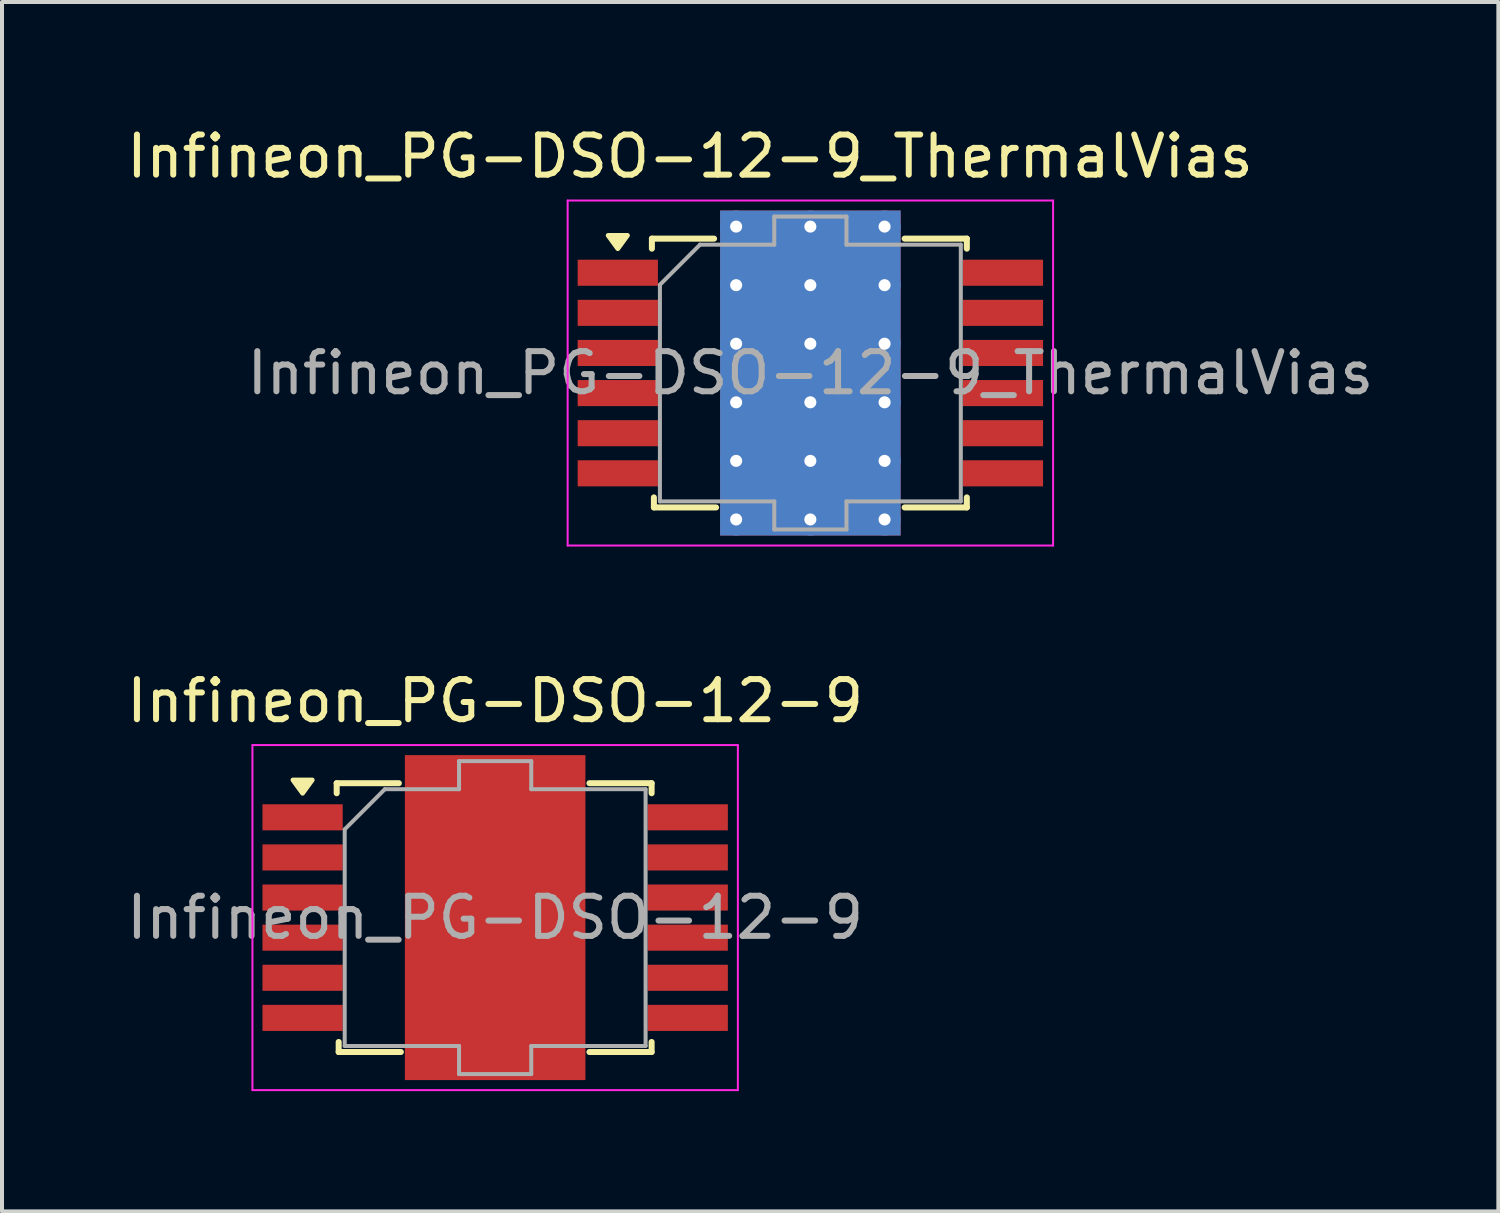
<source format=kicad_pcb>
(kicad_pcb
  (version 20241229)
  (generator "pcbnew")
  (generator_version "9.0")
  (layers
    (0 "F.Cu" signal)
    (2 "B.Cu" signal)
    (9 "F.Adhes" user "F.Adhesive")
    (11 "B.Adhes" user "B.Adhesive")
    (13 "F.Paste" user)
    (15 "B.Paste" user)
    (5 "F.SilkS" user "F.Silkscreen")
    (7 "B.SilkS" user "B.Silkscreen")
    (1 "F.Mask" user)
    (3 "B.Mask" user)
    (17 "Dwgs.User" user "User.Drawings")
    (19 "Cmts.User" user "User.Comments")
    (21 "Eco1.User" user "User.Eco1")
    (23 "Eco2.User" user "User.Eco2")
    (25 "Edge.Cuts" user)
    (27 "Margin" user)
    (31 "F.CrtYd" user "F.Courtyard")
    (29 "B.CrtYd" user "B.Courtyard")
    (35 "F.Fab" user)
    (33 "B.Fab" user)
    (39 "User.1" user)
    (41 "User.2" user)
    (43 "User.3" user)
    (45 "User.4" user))
  (footprint "Infineon_PG-DSO-12-9"
    (layer "F.Cu")
    (at 9.292 19.822)
    (property "Reference" "Infineon_PG-DSO-12-9" (at 0 -5.4 0) (layer "F.SilkS") (effects (font (size 1 1) (thickness 0.15))))
    (attr smd)
    (fp_line (start -3.95 -3.35) (end -2.4 -3.35) (stroke (width 0.15) (type solid)) (layer "F.SilkS"))
    (fp_line (start -3.95 -3.1) (end -3.95 -3.35) (stroke (width 0.15) (type solid)) (layer "F.SilkS"))
    (fp_line (start -3.9 3.1) (end -3.9 3.35) (stroke (width 0.15) (type solid)) (layer "F.SilkS"))
    (fp_line (start -3.9 3.35) (end -2.35 3.35) (stroke (width 0.15) (type solid)) (layer "F.SilkS"))
    (fp_line (start 3.9 -3.35) (end 2.35 -3.35) (stroke (width 0.15) (type solid)) (layer "F.SilkS"))
    (fp_line (start 3.9 -3.1) (end 3.9 -3.35) (stroke (width 0.15) (type solid)) (layer "F.SilkS"))
    (fp_line (start 3.9 3.1) (end 3.9 3.35) (stroke (width 0.15) (type solid)) (layer "F.SilkS"))
    (fp_line (start 3.9 3.35) (end 2.35 3.35) (stroke (width 0.15) (type solid)) (layer "F.SilkS"))
    (fp_poly (pts (xy -4.8 -3.1) (xy -5.04 -3.43) (xy -4.56 -3.43) (xy -4.8 -3.1)) (stroke (width 0.12) (type solid)) (fill yes) (layer "F.SilkS"))
    (fp_line (start -6.05 -4.3) (end 6.05 -4.3) (stroke (width 0.05) (type solid)) (layer "F.CrtYd"))
    (fp_line (start -6.05 4.3) (end -6.05 -4.3) (stroke (width 0.05) (type solid)) (layer "F.CrtYd"))
    (fp_line (start 6.05 -4.3) (end 6.05 4.3) (stroke (width 0.05) (type solid)) (layer "F.CrtYd"))
    (fp_line (start 6.05 4.3) (end -6.05 4.3) (stroke (width 0.05) (type solid)) (layer "F.CrtYd"))
    (fp_line (start -3.75 3.2) (end -3.75 -2.2) (stroke (width 0.1) (type solid)) (layer "F.Fab"))
    (fp_line (start -2.75 -3.2) (end -3.75 -2.2) (stroke (width 0.1) (type solid)) (layer "F.Fab"))
    (fp_line (start -2.75 -3.2) (end -0.9 -3.2) (stroke (width 0.1) (type solid)) (layer "F.Fab"))
    (fp_line (start -0.9 -3.9) (end 0.9 -3.9) (stroke (width 0.1) (type solid)) (layer "F.Fab"))
    (fp_line (start -0.9 -3.2) (end -0.9 -3.9) (stroke (width 0.1) (type solid)) (layer "F.Fab"))
    (fp_line (start -0.9 3.2) (end -3.75 3.2) (stroke (width 0.1) (type solid)) (layer "F.Fab"))
    (fp_line (start -0.9 3.9) (end -0.9 3.2) (stroke (width 0.1) (type solid)) (layer "F.Fab"))
    (fp_line (start 0.9 -3.9) (end 0.9 -3.2) (stroke (width 0.1) (type solid)) (layer "F.Fab"))
    (fp_line (start 0.9 -3.2) (end 3.75 -3.2) (stroke (width 0.1) (type solid)) (layer "F.Fab"))
    (fp_line (start 0.9 3.2) (end 0.9 3.9) (stroke (width 0.1) (type solid)) (layer "F.Fab"))
    (fp_line (start 0.9 3.9) (end -0.9 3.9) (stroke (width 0.1) (type solid)) (layer "F.Fab"))
    (fp_line (start 3.75 -3.2) (end 3.75 3.2) (stroke (width 0.1) (type solid)) (layer "F.Fab"))
    (fp_line (start 3.75 3.2) (end 0.9 3.2) (stroke (width 0.1) (type solid)) (layer "F.Fab"))
    (fp_text user "${REFERENCE}" (at 0 0 0) (layer "F.Fab") (effects (font (size 1 1) (thickness 0.15))))
    (pad "" smd rect (at -1.125 -2.92) (size 1.95 1.16) (layers "F.Paste"))
    (pad "" smd rect (at -1.125 -1.46) (size 1.95 1.16) (layers "F.Paste"))
    (pad "" smd rect (at -1.125 0) (size 1.95 1.16) (layers "F.Paste"))
    (pad "" smd rect (at -1.125 1.46) (size 1.95 1.16) (layers "F.Paste"))
    (pad "" smd rect (at -1.125 2.92) (size 1.95 1.16) (layers "F.Paste"))
    (pad "" smd rect (at 1.125 -2.92) (size 1.95 1.16) (layers "F.Paste"))
    (pad "" smd rect (at 1.125 -1.46) (size 1.95 1.16) (layers "F.Paste"))
    (pad "" smd rect (at 1.125 0) (size 1.95 1.16) (layers "F.Paste"))
    (pad "" smd rect (at 1.125 1.46) (size 1.95 1.16) (layers "F.Paste"))
    (pad "" smd rect (at 1.125 2.92) (size 1.95 1.16) (layers "F.Paste"))
    (pad "1" smd rect (at -4.8 -2.5) (size 2 0.65) (layers "F.Cu" "F.Mask" "F.Paste"))
    (pad "2" smd rect (at -4.8 -1.5) (size 2 0.65) (layers "F.Cu" "F.Mask" "F.Paste"))
    (pad "3" smd rect (at -4.8 -0.5) (size 2 0.65) (layers "F.Cu" "F.Mask" "F.Paste"))
    (pad "4" smd rect (at -4.8 0.5) (size 2 0.65) (layers "F.Cu" "F.Mask" "F.Paste"))
    (pad "5" smd rect (at -4.8 1.5) (size 2 0.65) (layers "F.Cu" "F.Mask" "F.Paste"))
    (pad "6" smd rect (at -4.8 2.5) (size 2 0.65) (layers "F.Cu" "F.Mask" "F.Paste"))
    (pad "7" smd rect (at 4.8 2.5) (size 2 0.65) (layers "F.Cu" "F.Mask" "F.Paste"))
    (pad "8" smd rect (at 4.8 1.5) (size 2 0.65) (layers "F.Cu" "F.Mask" "F.Paste"))
    (pad "9" smd rect (at 4.8 0.5) (size 2 0.65) (layers "F.Cu" "F.Mask" "F.Paste"))
    (pad "10" smd rect (at 4.8 -0.5) (size 2 0.65) (layers "F.Cu" "F.Mask" "F.Paste"))
    (pad "11" smd rect (at 4.8 -1.5) (size 2 0.65) (layers "F.Cu" "F.Mask" "F.Paste"))
    (pad "12" smd rect (at 4.8 -2.5) (size 2 0.65) (layers "F.Cu" "F.Mask" "F.Paste"))
    (pad "13" smd rect (at 0 0) (size 4.5 8.1) (layers "F.Cu" "F.Mask")))
  (footprint "Infineon_PG-DSO-12-9_ThermalVias"
    (layer "F.Cu")
    (at 17.149 6.248)
    (property "Reference" "Infineon_PG-DSO-12-9_ThermalVias" (at -3 -5.4 0) (layer "F.SilkS") (effects (font (size 1 1) (thickness 0.15))))
    (attr smd)
    (fp_line (start -3.95 -3.35) (end -2.4 -3.35) (stroke (width 0.15) (type solid)) (layer "F.SilkS"))
    (fp_line (start -3.95 -3.1) (end -3.95 -3.35) (stroke (width 0.15) (type solid)) (layer "F.SilkS"))
    (fp_line (start -3.9 3.1) (end -3.9 3.35) (stroke (width 0.15) (type solid)) (layer "F.SilkS"))
    (fp_line (start -3.9 3.35) (end -2.35 3.35) (stroke (width 0.15) (type solid)) (layer "F.SilkS"))
    (fp_line (start 3.9 -3.35) (end 2.35 -3.35) (stroke (width 0.15) (type solid)) (layer "F.SilkS"))
    (fp_line (start 3.9 -3.1) (end 3.9 -3.35) (stroke (width 0.15) (type solid)) (layer "F.SilkS"))
    (fp_line (start 3.9 3.1) (end 3.9 3.35) (stroke (width 0.15) (type solid)) (layer "F.SilkS"))
    (fp_line (start 3.9 3.35) (end 2.35 3.35) (stroke (width 0.15) (type solid)) (layer "F.SilkS"))
    (fp_poly (pts (xy -4.8 -3.1) (xy -5.04 -3.43) (xy -4.56 -3.43) (xy -4.8 -3.1)) (stroke (width 0.12) (type solid)) (fill yes) (layer "F.SilkS"))
    (fp_line (start -6.05 -4.3) (end 6.05 -4.3) (stroke (width 0.05) (type solid)) (layer "F.CrtYd"))
    (fp_line (start -6.05 4.3) (end -6.05 -4.3) (stroke (width 0.05) (type solid)) (layer "F.CrtYd"))
    (fp_line (start 6.05 -4.3) (end 6.05 4.3) (stroke (width 0.05) (type solid)) (layer "F.CrtYd"))
    (fp_line (start 6.05 4.3) (end -6.05 4.3) (stroke (width 0.05) (type solid)) (layer "F.CrtYd"))
    (fp_line (start -3.75 3.2) (end -3.75 -2.2) (stroke (width 0.1) (type solid)) (layer "F.Fab"))
    (fp_line (start -2.75 -3.2) (end -3.75 -2.2) (stroke (width 0.1) (type solid)) (layer "F.Fab"))
    (fp_line (start -2.75 -3.2) (end -0.9 -3.2) (stroke (width 0.1) (type solid)) (layer "F.Fab"))
    (fp_line (start -0.9 -3.9) (end 0.9 -3.9) (stroke (width 0.1) (type solid)) (layer "F.Fab"))
    (fp_line (start -0.9 -3.2) (end -0.9 -3.9) (stroke (width 0.1) (type solid)) (layer "F.Fab"))
    (fp_line (start -0.9 3.2) (end -3.75 3.2) (stroke (width 0.1) (type solid)) (layer "F.Fab"))
    (fp_line (start -0.9 3.9) (end -0.9 3.2) (stroke (width 0.1) (type solid)) (layer "F.Fab"))
    (fp_line (start 0.9 -3.9) (end 0.9 -3.2) (stroke (width 0.1) (type solid)) (layer "F.Fab"))
    (fp_line (start 0.9 -3.2) (end 3.75 -3.2) (stroke (width 0.1) (type solid)) (layer "F.Fab"))
    (fp_line (start 0.9 3.2) (end 0.9 3.9) (stroke (width 0.1) (type solid)) (layer "F.Fab"))
    (fp_line (start 0.9 3.9) (end -0.9 3.9) (stroke (width 0.1) (type solid)) (layer "F.Fab"))
    (fp_line (start 3.75 -3.2) (end 3.75 3.2) (stroke (width 0.1) (type solid)) (layer "F.Fab"))
    (fp_line (start 3.75 3.2) (end 0.9 3.2) (stroke (width 0.1) (type solid)) (layer "F.Fab"))
    (fp_text user "${REFERENCE}" (at 0 0 0) (layer "F.Fab") (effects (font (size 1 1) (thickness 0.15))))
    (pad "" smd rect (at -0.925 -2.92) (size 1.55 1.16) (layers "F.Paste"))
    (pad "" smd rect (at -0.925 -1.46) (size 1.55 1.16) (layers "F.Paste"))
    (pad "" smd rect (at -0.925 0) (size 1.55 1.16) (layers "F.Paste"))
    (pad "" smd rect (at -0.925 1.46) (size 1.55 1.16) (layers "F.Paste"))
    (pad "" smd rect (at -0.925 2.92) (size 1.55 1.16) (layers "F.Paste"))
    (pad "" smd rect (at 0.925 -2.92) (size 1.55 1.16) (layers "F.Paste"))
    (pad "" smd rect (at 0.925 -1.46) (size 1.55 1.16) (layers "F.Paste"))
    (pad "" smd rect (at 0.925 0) (size 1.55 1.16) (layers "F.Paste"))
    (pad "" smd rect (at 0.925 1.46) (size 1.55 1.16) (layers "F.Paste"))
    (pad "" smd rect (at 0.925 2.92) (size 1.55 1.16) (layers "F.Paste"))
    (pad "1" smd rect (at -4.8 -2.5) (size 2 0.65) (layers "F.Cu" "F.Mask" "F.Paste"))
    (pad "2" smd rect (at -4.8 -1.5) (size 2 0.65) (layers "F.Cu" "F.Mask" "F.Paste"))
    (pad "3" smd rect (at -4.8 -0.5) (size 2 0.65) (layers "F.Cu" "F.Mask" "F.Paste"))
    (pad "4" smd rect (at -4.8 0.5) (size 2 0.65) (layers "F.Cu" "F.Mask" "F.Paste"))
    (pad "5" smd rect (at -4.8 1.5) (size 2 0.65) (layers "F.Cu" "F.Mask" "F.Paste"))
    (pad "6" smd rect (at -4.8 2.5) (size 2 0.65) (layers "F.Cu" "F.Mask" "F.Paste"))
    (pad "7" smd rect (at 4.8 2.5) (size 2 0.65) (layers "F.Cu" "F.Mask" "F.Paste"))
    (pad "8" smd rect (at 4.8 1.5) (size 2 0.65) (layers "F.Cu" "F.Mask" "F.Paste"))
    (pad "9" smd rect (at 4.8 0.5) (size 2 0.65) (layers "F.Cu" "F.Mask" "F.Paste"))
    (pad "10" smd rect (at 4.8 -0.5) (size 2 0.65) (layers "F.Cu" "F.Mask" "F.Paste"))
    (pad "11" smd rect (at 4.8 -1.5) (size 2 0.65) (layers "F.Cu" "F.Mask" "F.Paste"))
    (pad "12" smd rect (at 4.8 -2.5) (size 2 0.65) (layers "F.Cu" "F.Mask" "F.Paste"))
    (pad "13" thru_hole circle (at -1.85 -3.65) (size 0.8 0.8) (drill 0.3) (layers "*.Cu"))
    (pad "13" thru_hole circle (at -1.85 -2.19) (size 0.8 0.8) (drill 0.3) (layers "*.Cu"))
    (pad "13" thru_hole circle (at -1.85 -0.73) (size 0.8 0.8) (drill 0.3) (layers "*.Cu"))
    (pad "13" thru_hole circle (at -1.85 0.73) (size 0.8 0.8) (drill 0.3) (layers "*.Cu"))
    (pad "13" thru_hole circle (at -1.85 2.19) (size 0.8 0.8) (drill 0.3) (layers "*.Cu"))
    (pad "13" thru_hole circle (at -1.85 3.65) (size 0.8 0.8) (drill 0.3) (layers "*.Cu"))
    (pad "13" thru_hole circle (at 0 -3.65) (size 0.8 0.8) (drill 0.3) (layers "*.Cu"))
    (pad "13" thru_hole circle (at 0 -2.19) (size 0.8 0.8) (drill 0.3) (layers "*.Cu"))
    (pad "13" thru_hole circle (at 0 -0.73) (size 0.8 0.8) (drill 0.3) (layers "*.Cu"))
    (pad "13" smd rect (at 0 0) (size 4.5 8.1) (layers "F.Cu" "F.Mask"))
    (pad "13" smd rect (at 0 0) (size 4.5 8.1) (layers "B.Cu"))
    (pad "13" thru_hole circle (at 0 0.73) (size 0.8 0.8) (drill 0.3) (layers "*.Cu"))
    (pad "13" thru_hole circle (at 0 2.19) (size 0.8 0.8) (drill 0.3) (layers "*.Cu"))
    (pad "13" thru_hole circle (at 0 3.65) (size 0.8 0.8) (drill 0.3) (layers "*.Cu"))
    (pad "13" thru_hole circle (at 1.85 -3.65) (size 0.8 0.8) (drill 0.3) (layers "*.Cu"))
    (pad "13" thru_hole circle (at 1.85 -2.19) (size 0.8 0.8) (drill 0.3) (layers "*.Cu"))
    (pad "13" thru_hole circle (at 1.85 -0.73) (size 0.8 0.8) (drill 0.3) (layers "*.Cu"))
    (pad "13" thru_hole circle (at 1.85 0.73) (size 0.8 0.8) (drill 0.3) (layers "*.Cu"))
    (pad "13" thru_hole circle (at 1.85 2.19) (size 0.8 0.8) (drill 0.3) (layers "*.Cu"))
    (pad "13" thru_hole circle (at 1.85 3.65) (size 0.8 0.8) (drill 0.3) (layers "*.Cu")))
  (gr_rect
    (start -3 -3)
    (end 34.298 27.146)
    (stroke (width 0.1) (type default))
    (fill no)
    (layer "Edge.Cuts")))
</source>
